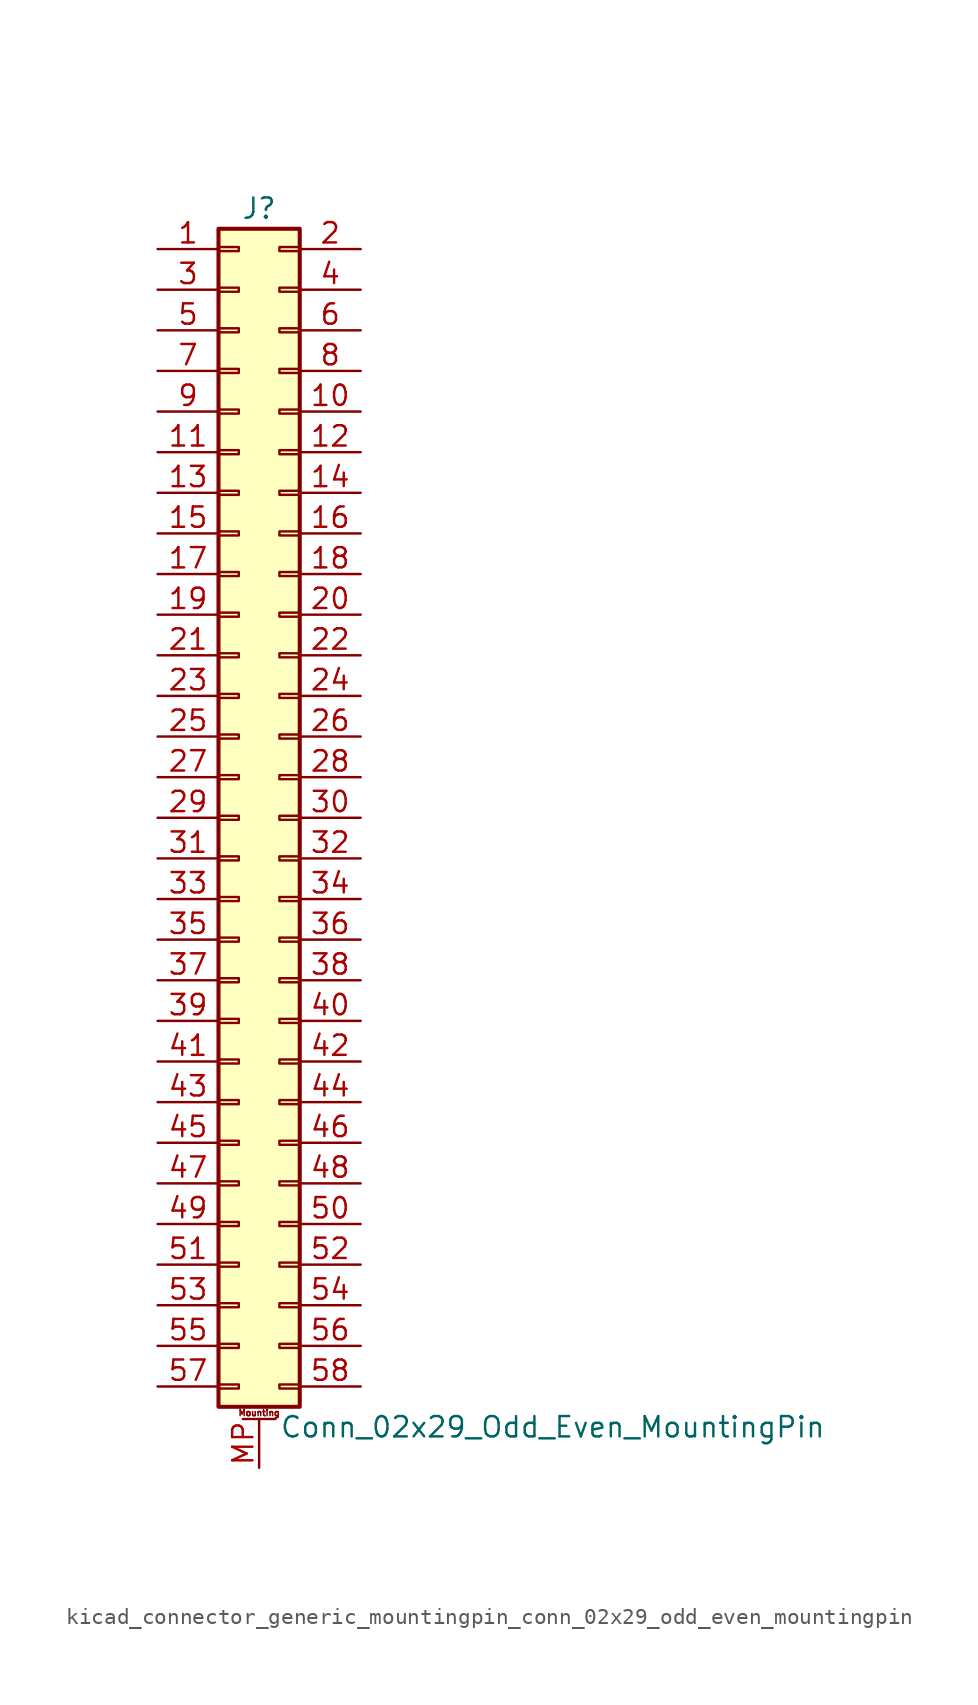
<source format=kicad_sym>
(kicad_symbol_lib
  (version 20220914)
  (generator kicad_symbol_editor)
  (symbol "kicad_connector_generic_mountingpin_conn_02x29_odd_even_mountingpin"
    (pin_names
      (offset 1.016) hide)
    (property "Reference" "J"
      (at 1.27 38.1 0)
      (effects (font (size 1.27 1.27))))
    (property "Value" "Conn_02x29_Odd_Even_MountingPin"
      (at 2.54 -38.1 0)
      (effects (font (size 1.27 1.27)) (justify left)))
    (symbol "kicad_connector_generic_mountingpin_conn_02x29_odd_even_mountingpin_1_1"
      (rectangle (start -1.27 -35.433) (end 0 -35.687) (stroke (width 0.152) (type default)) (fill (type none)))
      (rectangle (start -1.27 -32.893) (end 0 -33.147) (stroke (width 0.152) (type default)) (fill (type none)))
      (rectangle (start -1.27 -30.353) (end 0 -30.607) (stroke (width 0.152) (type default)) (fill (type none)))
      (rectangle (start -1.27 -27.813) (end 0 -28.067) (stroke (width 0.152) (type default)) (fill (type none)))
      (rectangle (start -1.27 -25.273) (end 0 -25.527) (stroke (width 0.152) (type default)) (fill (type none)))
      (rectangle (start -1.27 -22.733) (end 0 -22.987) (stroke (width 0.152) (type default)) (fill (type none)))
      (rectangle (start -1.27 -20.193) (end 0 -20.447) (stroke (width 0.152) (type default)) (fill (type none)))
      (rectangle (start -1.27 -17.653) (end 0 -17.907) (stroke (width 0.152) (type default)) (fill (type none)))
      (rectangle (start -1.27 -15.113) (end 0 -15.367) (stroke (width 0.152) (type default)) (fill (type none)))
      (rectangle (start -1.27 -12.573) (end 0 -12.827) (stroke (width 0.152) (type default)) (fill (type none)))
      (rectangle (start -1.27 -10.033) (end 0 -10.287) (stroke (width 0.152) (type default)) (fill (type none)))
      (rectangle (start -1.27 -7.493) (end 0 -7.747) (stroke (width 0.152) (type default)) (fill (type none)))
      (rectangle (start -1.27 -4.953) (end 0 -5.207) (stroke (width 0.152) (type default)) (fill (type none)))
      (rectangle (start -1.27 -2.413) (end 0 -2.667) (stroke (width 0.152) (type default)) (fill (type none)))
      (rectangle (start -1.27 0.127) (end 0 -0.127) (stroke (width 0.152) (type default)) (fill (type none)))
      (rectangle (start -1.27 2.667) (end 0 2.413) (stroke (width 0.152) (type default)) (fill (type none)))
      (rectangle (start -1.27 5.207) (end 0 4.953) (stroke (width 0.152) (type default)) (fill (type none)))
      (rectangle (start -1.27 7.747) (end 0 7.493) (stroke (width 0.152) (type default)) (fill (type none)))
      (rectangle (start -1.27 10.287) (end 0 10.033) (stroke (width 0.152) (type default)) (fill (type none)))
      (rectangle (start -1.27 12.827) (end 0 12.573) (stroke (width 0.152) (type default)) (fill (type none)))
      (rectangle (start -1.27 15.367) (end 0 15.113) (stroke (width 0.152) (type default)) (fill (type none)))
      (rectangle (start -1.27 17.907) (end 0 17.653) (stroke (width 0.152) (type default)) (fill (type none)))
      (rectangle (start -1.27 20.447) (end 0 20.193) (stroke (width 0.152) (type default)) (fill (type none)))
      (rectangle (start -1.27 22.987) (end 0 22.733) (stroke (width 0.152) (type default)) (fill (type none)))
      (rectangle (start -1.27 25.527) (end 0 25.273) (stroke (width 0.152) (type default)) (fill (type none)))
      (rectangle (start -1.27 28.067) (end 0 27.813) (stroke (width 0.152) (type default)) (fill (type none)))
      (rectangle (start -1.27 30.607) (end 0 30.353) (stroke (width 0.152) (type default)) (fill (type none)))
      (rectangle (start -1.27 33.147) (end 0 32.893) (stroke (width 0.152) (type default)) (fill (type none)))
      (rectangle (start -1.27 35.687) (end 0 35.433) (stroke (width 0.152) (type default)) (fill (type none)))
      (rectangle (start -1.27 36.83) (end 3.81 -36.83) (stroke (width 0.254) (type default)) (fill (type background)))
      (polyline (pts (xy 0.254 -37.592) (xy 2.286 -37.592)) (stroke (width 0.152) (type default)) (fill (type none)))
      (rectangle (start 3.81 -35.433) (end 2.54 -35.687) (stroke (width 0.152) (type default)) (fill (type none)))
      (rectangle (start 3.81 -32.893) (end 2.54 -33.147) (stroke (width 0.152) (type default)) (fill (type none)))
      (rectangle (start 3.81 -30.353) (end 2.54 -30.607) (stroke (width 0.152) (type default)) (fill (type none)))
      (rectangle (start 3.81 -27.813) (end 2.54 -28.067) (stroke (width 0.152) (type default)) (fill (type none)))
      (rectangle (start 3.81 -25.273) (end 2.54 -25.527) (stroke (width 0.152) (type default)) (fill (type none)))
      (rectangle (start 3.81 -22.733) (end 2.54 -22.987) (stroke (width 0.152) (type default)) (fill (type none)))
      (rectangle (start 3.81 -20.193) (end 2.54 -20.447) (stroke (width 0.152) (type default)) (fill (type none)))
      (rectangle (start 3.81 -17.653) (end 2.54 -17.907) (stroke (width 0.152) (type default)) (fill (type none)))
      (rectangle (start 3.81 -15.113) (end 2.54 -15.367) (stroke (width 0.152) (type default)) (fill (type none)))
      (rectangle (start 3.81 -12.573) (end 2.54 -12.827) (stroke (width 0.152) (type default)) (fill (type none)))
      (rectangle (start 3.81 -10.033) (end 2.54 -10.287) (stroke (width 0.152) (type default)) (fill (type none)))
      (rectangle (start 3.81 -7.493) (end 2.54 -7.747) (stroke (width 0.152) (type default)) (fill (type none)))
      (rectangle (start 3.81 -4.953) (end 2.54 -5.207) (stroke (width 0.152) (type default)) (fill (type none)))
      (rectangle (start 3.81 -2.413) (end 2.54 -2.667) (stroke (width 0.152) (type default)) (fill (type none)))
      (rectangle (start 3.81 0.127) (end 2.54 -0.127) (stroke (width 0.152) (type default)) (fill (type none)))
      (rectangle (start 3.81 2.667) (end 2.54 2.413) (stroke (width 0.152) (type default)) (fill (type none)))
      (rectangle (start 3.81 5.207) (end 2.54 4.953) (stroke (width 0.152) (type default)) (fill (type none)))
      (rectangle (start 3.81 7.747) (end 2.54 7.493) (stroke (width 0.152) (type default)) (fill (type none)))
      (rectangle (start 3.81 10.287) (end 2.54 10.033) (stroke (width 0.152) (type default)) (fill (type none)))
      (rectangle (start 3.81 12.827) (end 2.54 12.573) (stroke (width 0.152) (type default)) (fill (type none)))
      (rectangle (start 3.81 15.367) (end 2.54 15.113) (stroke (width 0.152) (type default)) (fill (type none)))
      (rectangle (start 3.81 17.907) (end 2.54 17.653) (stroke (width 0.152) (type default)) (fill (type none)))
      (rectangle (start 3.81 20.447) (end 2.54 20.193) (stroke (width 0.152) (type default)) (fill (type none)))
      (rectangle (start 3.81 22.987) (end 2.54 22.733) (stroke (width 0.152) (type default)) (fill (type none)))
      (rectangle (start 3.81 25.527) (end 2.54 25.273) (stroke (width 0.152) (type default)) (fill (type none)))
      (rectangle (start 3.81 28.067) (end 2.54 27.813) (stroke (width 0.152) (type default)) (fill (type none)))
      (rectangle (start 3.81 30.607) (end 2.54 30.353) (stroke (width 0.152) (type default)) (fill (type none)))
      (rectangle (start 3.81 33.147) (end 2.54 32.893) (stroke (width 0.152) (type default)) (fill (type none)))
      (rectangle (start 3.81 35.687) (end 2.54 35.433) (stroke (width 0.152) (type default)) (fill (type none)))
      (text "Mounting" (at 1.27 -37.211 0) (effects (font (size 0.381 0.381))))
      (pin passive line (at -5.08 35.56 0) (length 3.81) (name "Pin_1" (effects (font (size 1.27 1.27)))) (number "1" (effects (font (size 1.27 1.27)))))
      (pin passive line (at 7.62 25.4 180) (length 3.81) (name "Pin_10" (effects (font (size 1.27 1.27)))) (number "10" (effects (font (size 1.27 1.27)))))
      (pin passive line (at -5.08 22.86 0) (length 3.81) (name "Pin_11" (effects (font (size 1.27 1.27)))) (number "11" (effects (font (size 1.27 1.27)))))
      (pin passive line (at 7.62 22.86 180) (length 3.81) (name "Pin_12" (effects (font (size 1.27 1.27)))) (number "12" (effects (font (size 1.27 1.27)))))
      (pin passive line (at -5.08 20.32 0) (length 3.81) (name "Pin_13" (effects (font (size 1.27 1.27)))) (number "13" (effects (font (size 1.27 1.27)))))
      (pin passive line (at 7.62 20.32 180) (length 3.81) (name "Pin_14" (effects (font (size 1.27 1.27)))) (number "14" (effects (font (size 1.27 1.27)))))
      (pin passive line (at -5.08 17.78 0) (length 3.81) (name "Pin_15" (effects (font (size 1.27 1.27)))) (number "15" (effects (font (size 1.27 1.27)))))
      (pin passive line (at 7.62 17.78 180) (length 3.81) (name "Pin_16" (effects (font (size 1.27 1.27)))) (number "16" (effects (font (size 1.27 1.27)))))
      (pin passive line (at -5.08 15.24 0) (length 3.81) (name "Pin_17" (effects (font (size 1.27 1.27)))) (number "17" (effects (font (size 1.27 1.27)))))
      (pin passive line (at 7.62 15.24 180) (length 3.81) (name "Pin_18" (effects (font (size 1.27 1.27)))) (number "18" (effects (font (size 1.27 1.27)))))
      (pin passive line (at -5.08 12.7 0) (length 3.81) (name "Pin_19" (effects (font (size 1.27 1.27)))) (number "19" (effects (font (size 1.27 1.27)))))
      (pin passive line (at 7.62 35.56 180) (length 3.81) (name "Pin_2" (effects (font (size 1.27 1.27)))) (number "2" (effects (font (size 1.27 1.27)))))
      (pin passive line (at 7.62 12.7 180) (length 3.81) (name "Pin_20" (effects (font (size 1.27 1.27)))) (number "20" (effects (font (size 1.27 1.27)))))
      (pin passive line (at -5.08 10.16 0) (length 3.81) (name "Pin_21" (effects (font (size 1.27 1.27)))) (number "21" (effects (font (size 1.27 1.27)))))
      (pin passive line (at 7.62 10.16 180) (length 3.81) (name "Pin_22" (effects (font (size 1.27 1.27)))) (number "22" (effects (font (size 1.27 1.27)))))
      (pin passive line (at -5.08 7.62 0) (length 3.81) (name "Pin_23" (effects (font (size 1.27 1.27)))) (number "23" (effects (font (size 1.27 1.27)))))
      (pin passive line (at 7.62 7.62 180) (length 3.81) (name "Pin_24" (effects (font (size 1.27 1.27)))) (number "24" (effects (font (size 1.27 1.27)))))
      (pin passive line (at -5.08 5.08 0) (length 3.81) (name "Pin_25" (effects (font (size 1.27 1.27)))) (number "25" (effects (font (size 1.27 1.27)))))
      (pin passive line (at 7.62 5.08 180) (length 3.81) (name "Pin_26" (effects (font (size 1.27 1.27)))) (number "26" (effects (font (size 1.27 1.27)))))
      (pin passive line (at -5.08 2.54 0) (length 3.81) (name "Pin_27" (effects (font (size 1.27 1.27)))) (number "27" (effects (font (size 1.27 1.27)))))
      (pin passive line (at 7.62 2.54 180) (length 3.81) (name "Pin_28" (effects (font (size 1.27 1.27)))) (number "28" (effects (font (size 1.27 1.27)))))
      (pin passive line (at -5.08 0 0) (length 3.81) (name "Pin_29" (effects (font (size 1.27 1.27)))) (number "29" (effects (font (size 1.27 1.27)))))
      (pin passive line (at -5.08 33.02 0) (length 3.81) (name "Pin_3" (effects (font (size 1.27 1.27)))) (number "3" (effects (font (size 1.27 1.27)))))
      (pin passive line (at 7.62 0 180) (length 3.81) (name "Pin_30" (effects (font (size 1.27 1.27)))) (number "30" (effects (font (size 1.27 1.27)))))
      (pin passive line (at -5.08 -2.54 0) (length 3.81) (name "Pin_31" (effects (font (size 1.27 1.27)))) (number "31" (effects (font (size 1.27 1.27)))))
      (pin passive line (at 7.62 -2.54 180) (length 3.81) (name "Pin_32" (effects (font (size 1.27 1.27)))) (number "32" (effects (font (size 1.27 1.27)))))
      (pin passive line (at -5.08 -5.08 0) (length 3.81) (name "Pin_33" (effects (font (size 1.27 1.27)))) (number "33" (effects (font (size 1.27 1.27)))))
      (pin passive line (at 7.62 -5.08 180) (length 3.81) (name "Pin_34" (effects (font (size 1.27 1.27)))) (number "34" (effects (font (size 1.27 1.27)))))
      (pin passive line (at -5.08 -7.62 0) (length 3.81) (name "Pin_35" (effects (font (size 1.27 1.27)))) (number "35" (effects (font (size 1.27 1.27)))))
      (pin passive line (at 7.62 -7.62 180) (length 3.81) (name "Pin_36" (effects (font (size 1.27 1.27)))) (number "36" (effects (font (size 1.27 1.27)))))
      (pin passive line (at -5.08 -10.16 0) (length 3.81) (name "Pin_37" (effects (font (size 1.27 1.27)))) (number "37" (effects (font (size 1.27 1.27)))))
      (pin passive line (at 7.62 -10.16 180) (length 3.81) (name "Pin_38" (effects (font (size 1.27 1.27)))) (number "38" (effects (font (size 1.27 1.27)))))
      (pin passive line (at -5.08 -12.7 0) (length 3.81) (name "Pin_39" (effects (font (size 1.27 1.27)))) (number "39" (effects (font (size 1.27 1.27)))))
      (pin passive line (at 7.62 33.02 180) (length 3.81) (name "Pin_4" (effects (font (size 1.27 1.27)))) (number "4" (effects (font (size 1.27 1.27)))))
      (pin passive line (at 7.62 -12.7 180) (length 3.81) (name "Pin_40" (effects (font (size 1.27 1.27)))) (number "40" (effects (font (size 1.27 1.27)))))
      (pin passive line (at -5.08 -15.24 0) (length 3.81) (name "Pin_41" (effects (font (size 1.27 1.27)))) (number "41" (effects (font (size 1.27 1.27)))))
      (pin passive line (at 7.62 -15.24 180) (length 3.81) (name "Pin_42" (effects (font (size 1.27 1.27)))) (number "42" (effects (font (size 1.27 1.27)))))
      (pin passive line (at -5.08 -17.78 0) (length 3.81) (name "Pin_43" (effects (font (size 1.27 1.27)))) (number "43" (effects (font (size 1.27 1.27)))))
      (pin passive line (at 7.62 -17.78 180) (length 3.81) (name "Pin_44" (effects (font (size 1.27 1.27)))) (number "44" (effects (font (size 1.27 1.27)))))
      (pin passive line (at -5.08 -20.32 0) (length 3.81) (name "Pin_45" (effects (font (size 1.27 1.27)))) (number "45" (effects (font (size 1.27 1.27)))))
      (pin passive line (at 7.62 -20.32 180) (length 3.81) (name "Pin_46" (effects (font (size 1.27 1.27)))) (number "46" (effects (font (size 1.27 1.27)))))
      (pin passive line (at -5.08 -22.86 0) (length 3.81) (name "Pin_47" (effects (font (size 1.27 1.27)))) (number "47" (effects (font (size 1.27 1.27)))))
      (pin passive line (at 7.62 -22.86 180) (length 3.81) (name "Pin_48" (effects (font (size 1.27 1.27)))) (number "48" (effects (font (size 1.27 1.27)))))
      (pin passive line (at -5.08 -25.4 0) (length 3.81) (name "Pin_49" (effects (font (size 1.27 1.27)))) (number "49" (effects (font (size 1.27 1.27)))))
      (pin passive line (at -5.08 30.48 0) (length 3.81) (name "Pin_5" (effects (font (size 1.27 1.27)))) (number "5" (effects (font (size 1.27 1.27)))))
      (pin passive line (at 7.62 -25.4 180) (length 3.81) (name "Pin_50" (effects (font (size 1.27 1.27)))) (number "50" (effects (font (size 1.27 1.27)))))
      (pin passive line (at -5.08 -27.94 0) (length 3.81) (name "Pin_51" (effects (font (size 1.27 1.27)))) (number "51" (effects (font (size 1.27 1.27)))))
      (pin passive line (at 7.62 -27.94 180) (length 3.81) (name "Pin_52" (effects (font (size 1.27 1.27)))) (number "52" (effects (font (size 1.27 1.27)))))
      (pin passive line (at -5.08 -30.48 0) (length 3.81) (name "Pin_53" (effects (font (size 1.27 1.27)))) (number "53" (effects (font (size 1.27 1.27)))))
      (pin passive line (at 7.62 -30.48 180) (length 3.81) (name "Pin_54" (effects (font (size 1.27 1.27)))) (number "54" (effects (font (size 1.27 1.27)))))
      (pin passive line (at -5.08 -33.02 0) (length 3.81) (name "Pin_55" (effects (font (size 1.27 1.27)))) (number "55" (effects (font (size 1.27 1.27)))))
      (pin passive line (at 7.62 -33.02 180) (length 3.81) (name "Pin_56" (effects (font (size 1.27 1.27)))) (number "56" (effects (font (size 1.27 1.27)))))
      (pin passive line (at -5.08 -35.56 0) (length 3.81) (name "Pin_57" (effects (font (size 1.27 1.27)))) (number "57" (effects (font (size 1.27 1.27)))))
      (pin passive line (at 7.62 -35.56 180) (length 3.81) (name "Pin_58" (effects (font (size 1.27 1.27)))) (number "58" (effects (font (size 1.27 1.27)))))
      (pin passive line (at 7.62 30.48 180) (length 3.81) (name "Pin_6" (effects (font (size 1.27 1.27)))) (number "6" (effects (font (size 1.27 1.27)))))
      (pin passive line (at -5.08 27.94 0) (length 3.81) (name "Pin_7" (effects (font (size 1.27 1.27)))) (number "7" (effects (font (size 1.27 1.27)))))
      (pin passive line (at 7.62 27.94 180) (length 3.81) (name "Pin_8" (effects (font (size 1.27 1.27)))) (number "8" (effects (font (size 1.27 1.27)))))
      (pin passive line (at -5.08 25.4 0) (length 3.81) (name "Pin_9" (effects (font (size 1.27 1.27)))) (number "9" (effects (font (size 1.27 1.27)))))
      (pin passive line (at 1.27 -40.64 90) (length 3.048) (name "MountPin" (effects (font (size 1.27 1.27)))) (number "MP" (effects (font (size 1.27 1.27))))))))
</source>
